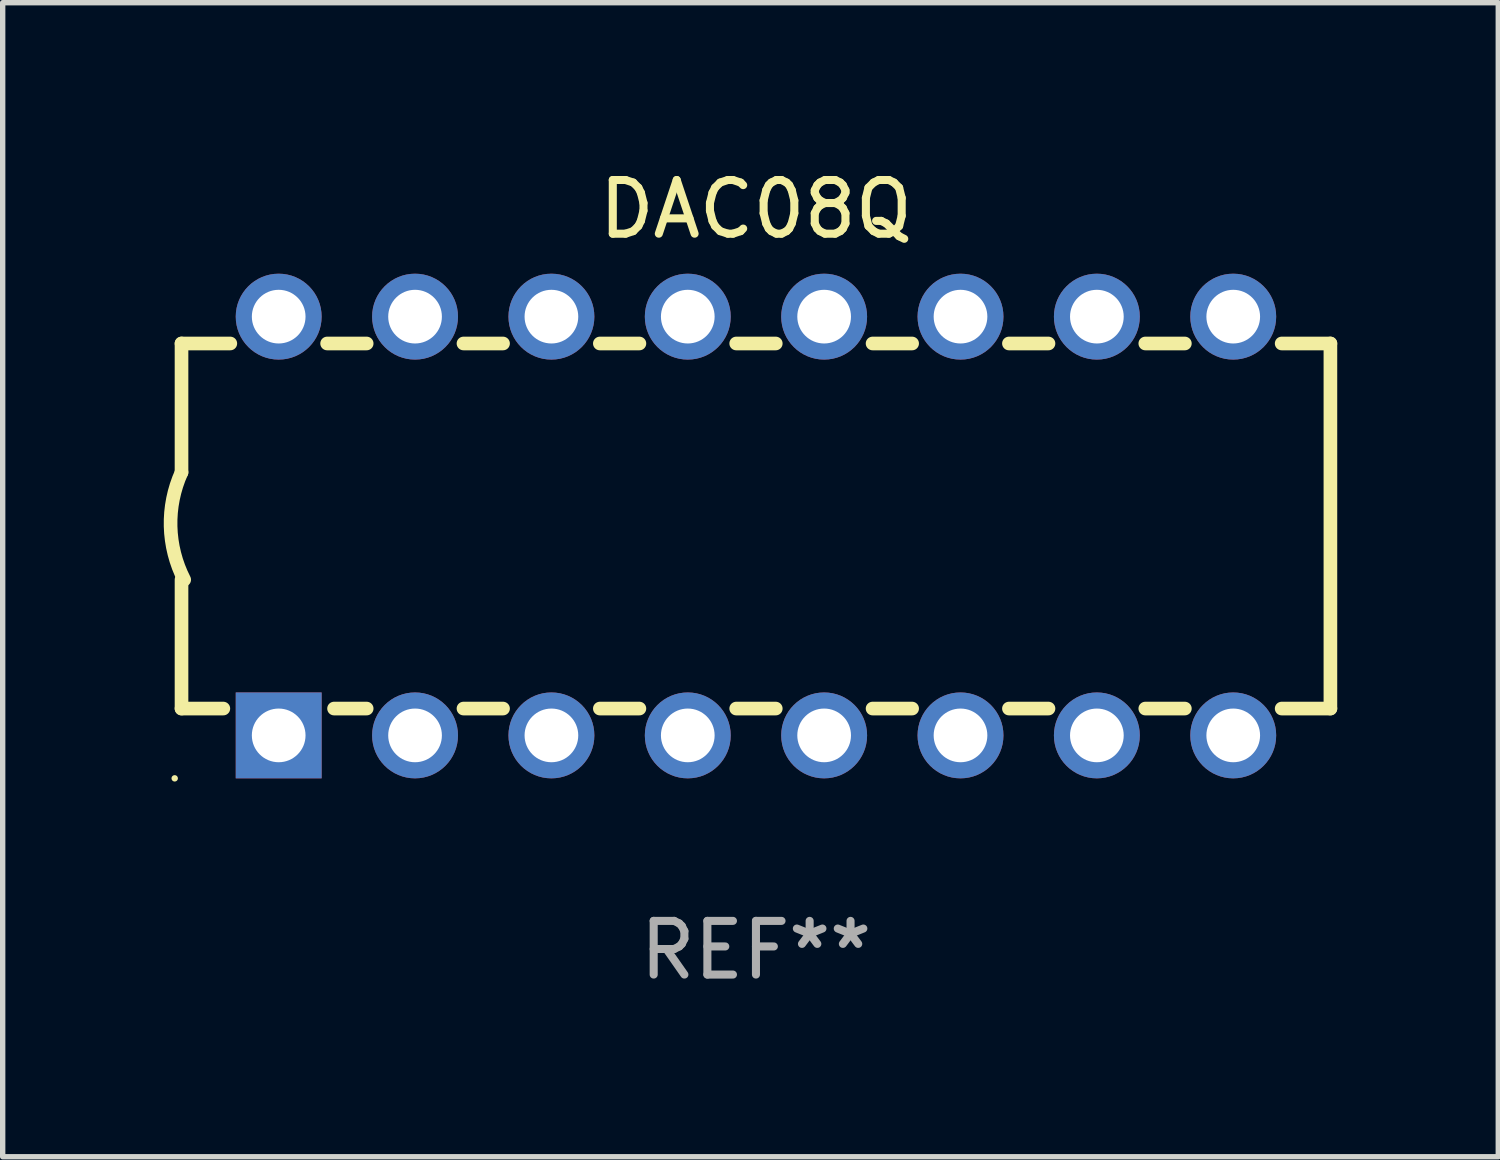
<source format=kicad_pcb>
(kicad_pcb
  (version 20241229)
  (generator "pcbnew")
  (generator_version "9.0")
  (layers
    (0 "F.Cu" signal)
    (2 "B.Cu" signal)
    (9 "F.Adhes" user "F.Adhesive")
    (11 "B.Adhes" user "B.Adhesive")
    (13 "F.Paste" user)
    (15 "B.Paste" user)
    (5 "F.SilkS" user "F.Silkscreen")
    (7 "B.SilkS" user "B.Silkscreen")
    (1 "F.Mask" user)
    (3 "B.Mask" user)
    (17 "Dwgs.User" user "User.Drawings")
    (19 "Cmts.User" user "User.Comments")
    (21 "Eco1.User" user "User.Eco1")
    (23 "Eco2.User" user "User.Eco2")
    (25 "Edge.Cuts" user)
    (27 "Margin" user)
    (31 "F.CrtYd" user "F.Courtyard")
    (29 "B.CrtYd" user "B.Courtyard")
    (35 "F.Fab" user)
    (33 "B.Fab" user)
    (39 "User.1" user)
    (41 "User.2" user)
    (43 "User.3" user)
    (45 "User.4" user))
  (footprint "DAC08Q"
    (layer "F.Cu")
    (at 11.031 6.748)
    (property "Reference" "DAC08Q" (at 0 -5.9 0) (layer "F.SilkS") (effects (font (size 1 1) (thickness 0.15))))
    (attr through_hole)
    (fp_line (start -10.7 -3.4) (end -9.791 -3.4) (stroke (width 0.254) (type solid)) (layer "F.SilkS"))
    (fp_line (start -10.7 -0.998) (end -10.7 -3.4) (stroke (width 0.254) (type solid)) (layer "F.SilkS"))
    (fp_line (start -10.7 3.4) (end -10.7 1) (stroke (width 0.254) (type solid)) (layer "F.SilkS"))
    (fp_line (start -10.7 3.4) (end -9.921 3.4) (stroke (width 0.254) (type solid)) (layer "F.SilkS"))
    (fp_line (start -7.988 -3.4) (end -7.251 -3.4) (stroke (width 0.254) (type solid)) (layer "F.SilkS"))
    (fp_line (start -7.859 3.4) (end -7.251 3.4) (stroke (width 0.254) (type solid)) (layer "F.SilkS"))
    (fp_line (start -5.448 -3.4) (end -4.711 -3.4) (stroke (width 0.254) (type solid)) (layer "F.SilkS"))
    (fp_line (start -5.448 3.4) (end -4.711 3.4) (stroke (width 0.254) (type solid)) (layer "F.SilkS"))
    (fp_line (start -2.908 -3.4) (end -2.171 -3.4) (stroke (width 0.254) (type solid)) (layer "F.SilkS"))
    (fp_line (start -2.908 3.4) (end -2.171 3.4) (stroke (width 0.254) (type solid)) (layer "F.SilkS"))
    (fp_line (start -0.368 -3.4) (end 0.369 -3.4) (stroke (width 0.254) (type solid)) (layer "F.SilkS"))
    (fp_line (start -0.368 3.4) (end 0.369 3.4) (stroke (width 0.254) (type solid)) (layer "F.SilkS"))
    (fp_line (start 2.172 -3.4) (end 2.909 -3.4) (stroke (width 0.254) (type solid)) (layer "F.SilkS"))
    (fp_line (start 2.172 3.4) (end 2.909 3.4) (stroke (width 0.254) (type solid)) (layer "F.SilkS"))
    (fp_line (start 4.712 -3.4) (end 5.449 -3.4) (stroke (width 0.254) (type solid)) (layer "F.SilkS"))
    (fp_line (start 4.712 3.4) (end 5.449 3.4) (stroke (width 0.254) (type solid)) (layer "F.SilkS"))
    (fp_line (start 7.252 -3.4) (end 7.989 -3.4) (stroke (width 0.254) (type solid)) (layer "F.SilkS"))
    (fp_line (start 7.252 3.4) (end 7.989 3.4) (stroke (width 0.254) (type solid)) (layer "F.SilkS"))
    (fp_line (start 9.792 -3.4) (end 10.7 -3.4) (stroke (width 0.254) (type solid)) (layer "F.SilkS"))
    (fp_line (start 9.792 3.4) (end 10.7 3.4) (stroke (width 0.254) (type solid)) (layer "F.SilkS"))
    (fp_line (start 10.7 3.4) (end 10.7 -3.4) (stroke (width 0.254) (type solid)) (layer "F.SilkS"))
    (fp_arc (start -10.649962 0.99995) (mid -10.90314 0.005668) (end -10.699975 -1.000025) (stroke (width 0.254001) (type solid)) (layer "F.SilkS"))
    (fp_circle (center -10.827 4.7) (end -10.797 4.7) (stroke (width 0.06) (type solid)) (fill no) (layer "F.SilkS"))
    (fp_text user "REF**" (at 0 7.9 0) (layer "F.Fab") (effects (font (size 1 1) (thickness 0.15))))
    (pad "1" thru_hole rect (at -8.89 3.9 90) (size 1.6 1.6) (drill 1) (layers "*.Cu" "*.Mask"))
    (pad "2" thru_hole circle (at -6.35 3.9) (size 1.6 1.6) (drill 1) (layers "*.Cu" "*.Mask"))
    (pad "3" thru_hole circle (at -3.81 3.9) (size 1.6 1.6) (drill 1) (layers "*.Cu" "*.Mask"))
    (pad "4" thru_hole circle (at -1.27 3.9) (size 1.6 1.6) (drill 1) (layers "*.Cu" "*.Mask"))
    (pad "5" thru_hole circle (at 1.27 3.9) (size 1.6 1.6) (drill 1) (layers "*.Cu" "*.Mask"))
    (pad "6" thru_hole circle (at 3.81 3.9) (size 1.6 1.6) (drill 1) (layers "*.Cu" "*.Mask"))
    (pad "7" thru_hole circle (at 6.35 3.9) (size 1.6 1.6) (drill 1) (layers "*.Cu" "*.Mask"))
    (pad "8" thru_hole circle (at 8.89 3.9) (size 1.6 1.6) (drill 1) (layers "*.Cu" "*.Mask"))
    (pad "9" thru_hole circle (at 8.89 -3.9) (size 1.6 1.6) (drill 1) (layers "*.Cu" "*.Mask"))
    (pad "10" thru_hole circle (at 6.35 -3.9) (size 1.6 1.6) (drill 1) (layers "*.Cu" "*.Mask"))
    (pad "11" thru_hole circle (at 3.81 -3.9) (size 1.6 1.6) (drill 1) (layers "*.Cu" "*.Mask"))
    (pad "12" thru_hole circle (at 1.27 -3.9) (size 1.6 1.6) (drill 1) (layers "*.Cu" "*.Mask"))
    (pad "13" thru_hole circle (at -1.27 -3.9) (size 1.6 1.6) (drill 1) (layers "*.Cu" "*.Mask"))
    (pad "14" thru_hole circle (at -3.81 -3.9) (size 1.6 1.6) (drill 1) (layers "*.Cu" "*.Mask"))
    (pad "15" thru_hole circle (at -6.35 -3.9) (size 1.6 1.6) (drill 1) (layers "*.Cu" "*.Mask"))
    (pad "16" thru_hole circle (at -8.89 -3.9) (size 1.6 1.6) (drill 1) (layers "*.Cu" "*.Mask")))
  (gr_rect
    (start -3 -3)
    (end 24.858 18.496)
    (stroke (width 0.1) (type default))
    (fill no)
    (layer "Edge.Cuts")))
</source>
